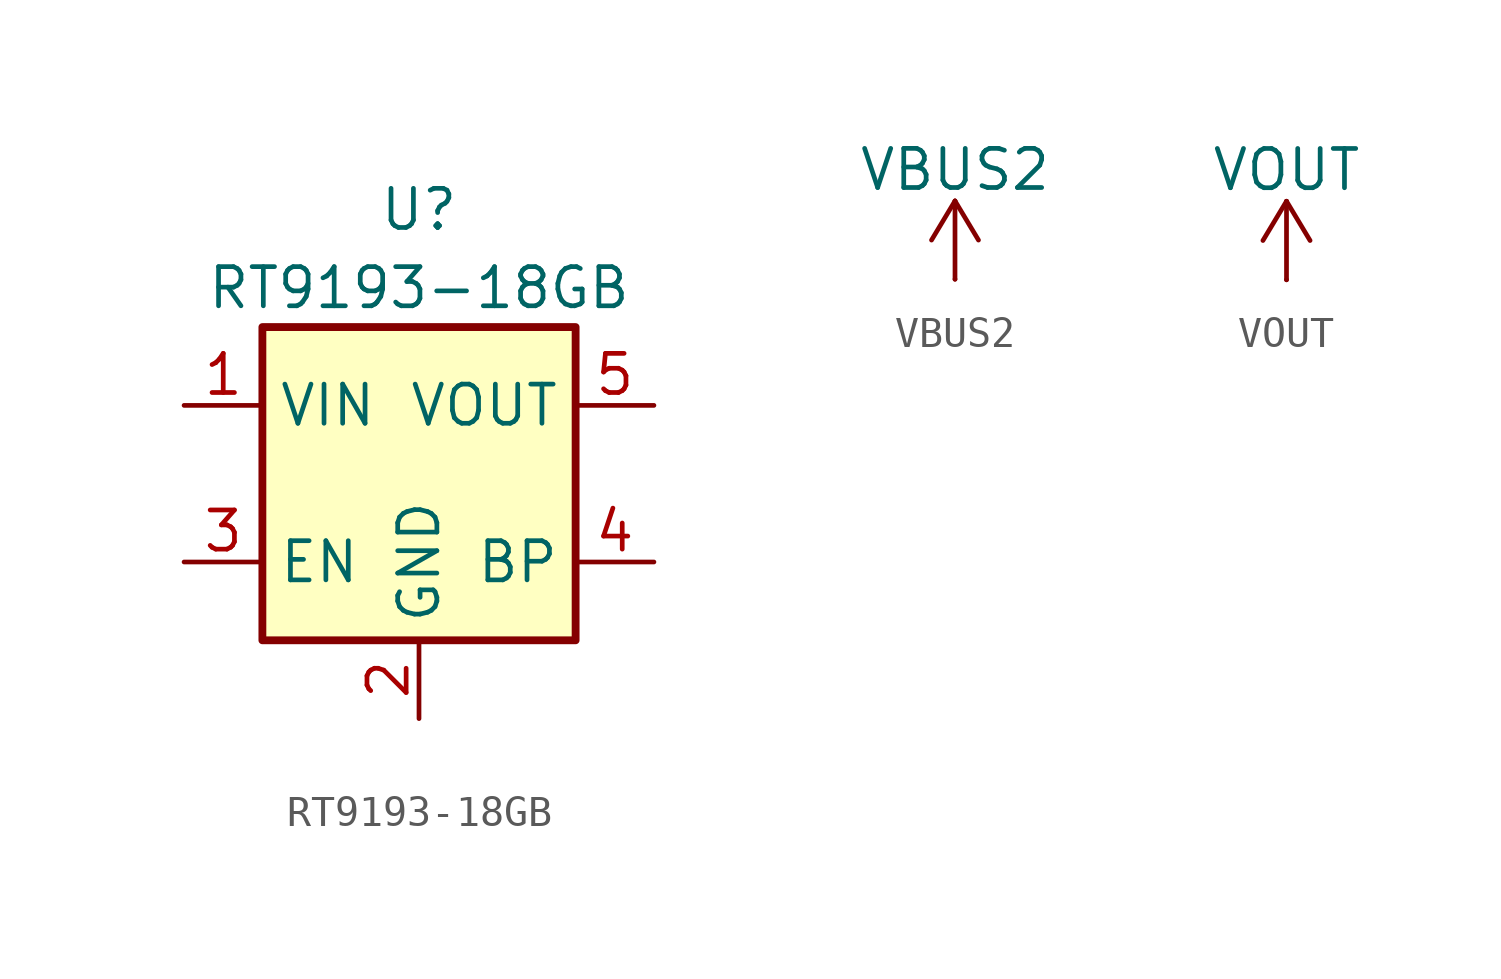
<source format=kicad_sym>
(kicad_symbol_lib
  (version 20231120)
  (generator "kicad_symbol_editor")
  (generator_version "8.0")
  (symbol "RT9193-18GB"
    (property "Reference" "U"
      (at 0 8.89 0)
      (effects (font (size 1.27 1.27))))
    (property "Value" "RT9193-18GB"
      (at 0 6.35 0)
      (effects (font (size 1.27 1.27))))
    (symbol "RT9193-18GB_0_1"
      (rectangle (start -5.08 5.08) (end 5.08 -5.08) (stroke (width 0.254) (type default)) (fill (type background))))
    (symbol "RT9193-18GB_1_1"
      (pin power_in line (at -7.62 2.54 0) (length 2.54) (name "VIN" (effects (font (size 1.27 1.27)))) (number "1" (effects (font (size 1.27 1.27)))))
      (pin power_in line (at 0 -7.62 90) (length 2.54) (name "GND" (effects (font (size 1.27 1.27)))) (number "2" (effects (font (size 1.27 1.27)))))
      (pin input line (at -7.62 -2.54 0) (length 2.54) (name "EN" (effects (font (size 1.27 1.27)))) (number "3" (effects (font (size 1.27 1.27)))))
      (pin output line (at 7.62 -2.54 180) (length 2.54) (name "BP" (effects (font (size 1.27 1.27)))) (number "4" (effects (font (size 1.27 1.27)))))
      (pin power_out line (at 7.62 2.54 180) (length 2.54) (name "VOUT" (effects (font (size 1.27 1.27)))) (number "5" (effects (font (size 1.27 1.27)))))))
  (symbol "VBUS2"
    (power)
    (pin_numbers hide)
    (pin_names
      (offset 0) hide)
    (property "Reference" "#PWR"
      (at 0 -3.81 0)
      (effects (font (size 1.27 1.27)) (hide yes)))
    (property "Value" "VBUS2"
      (at 0 3.556 0)
      (effects (font (size 1.27 1.27))))
    (symbol "VBUS2_0_1"
      (polyline (pts (xy -0.762 1.27) (xy 0 2.54)) (stroke (width 0) (type default)) (fill (type none)))
      (polyline (pts (xy 0 0) (xy 0 2.54)) (stroke (width 0) (type default)) (fill (type none)))
      (polyline (pts (xy 0 2.54) (xy 0.762 1.27)) (stroke (width 0) (type default)) (fill (type none))))
    (symbol "VBUS2_1_1"
      (pin power_in line (at 0 0 90) (length 0) (name "~" (effects (font (size 1.27 1.27)))) (number "1" (effects (font (size 1.27 1.27)))))))
  (symbol "VOUT"
    (power)
    (pin_numbers hide)
    (pin_names
      (offset 0) hide)
    (property "Reference" "#PWR"
      (at 0 -3.81 0)
      (effects (font (size 1.27 1.27)) (hide yes)))
    (property "Value" "VOUT"
      (at 0 3.556 0)
      (effects (font (size 1.27 1.27))))
    (symbol "VOUT_0_1"
      (polyline (pts (xy -0.762 1.27) (xy 0 2.54)) (stroke (width 0) (type default)) (fill (type none)))
      (polyline (pts (xy 0 0) (xy 0 2.54)) (stroke (width 0) (type default)) (fill (type none)))
      (polyline (pts (xy 0 2.54) (xy 0.762 1.27)) (stroke (width 0) (type default)) (fill (type none))))
    (symbol "VOUT_1_1"
      (pin power_in line (at 0 0 90) (length 0) (name "~" (effects (font (size 1.27 1.27)))) (number "1" (effects (font (size 1.27 1.27))))))))
</source>
